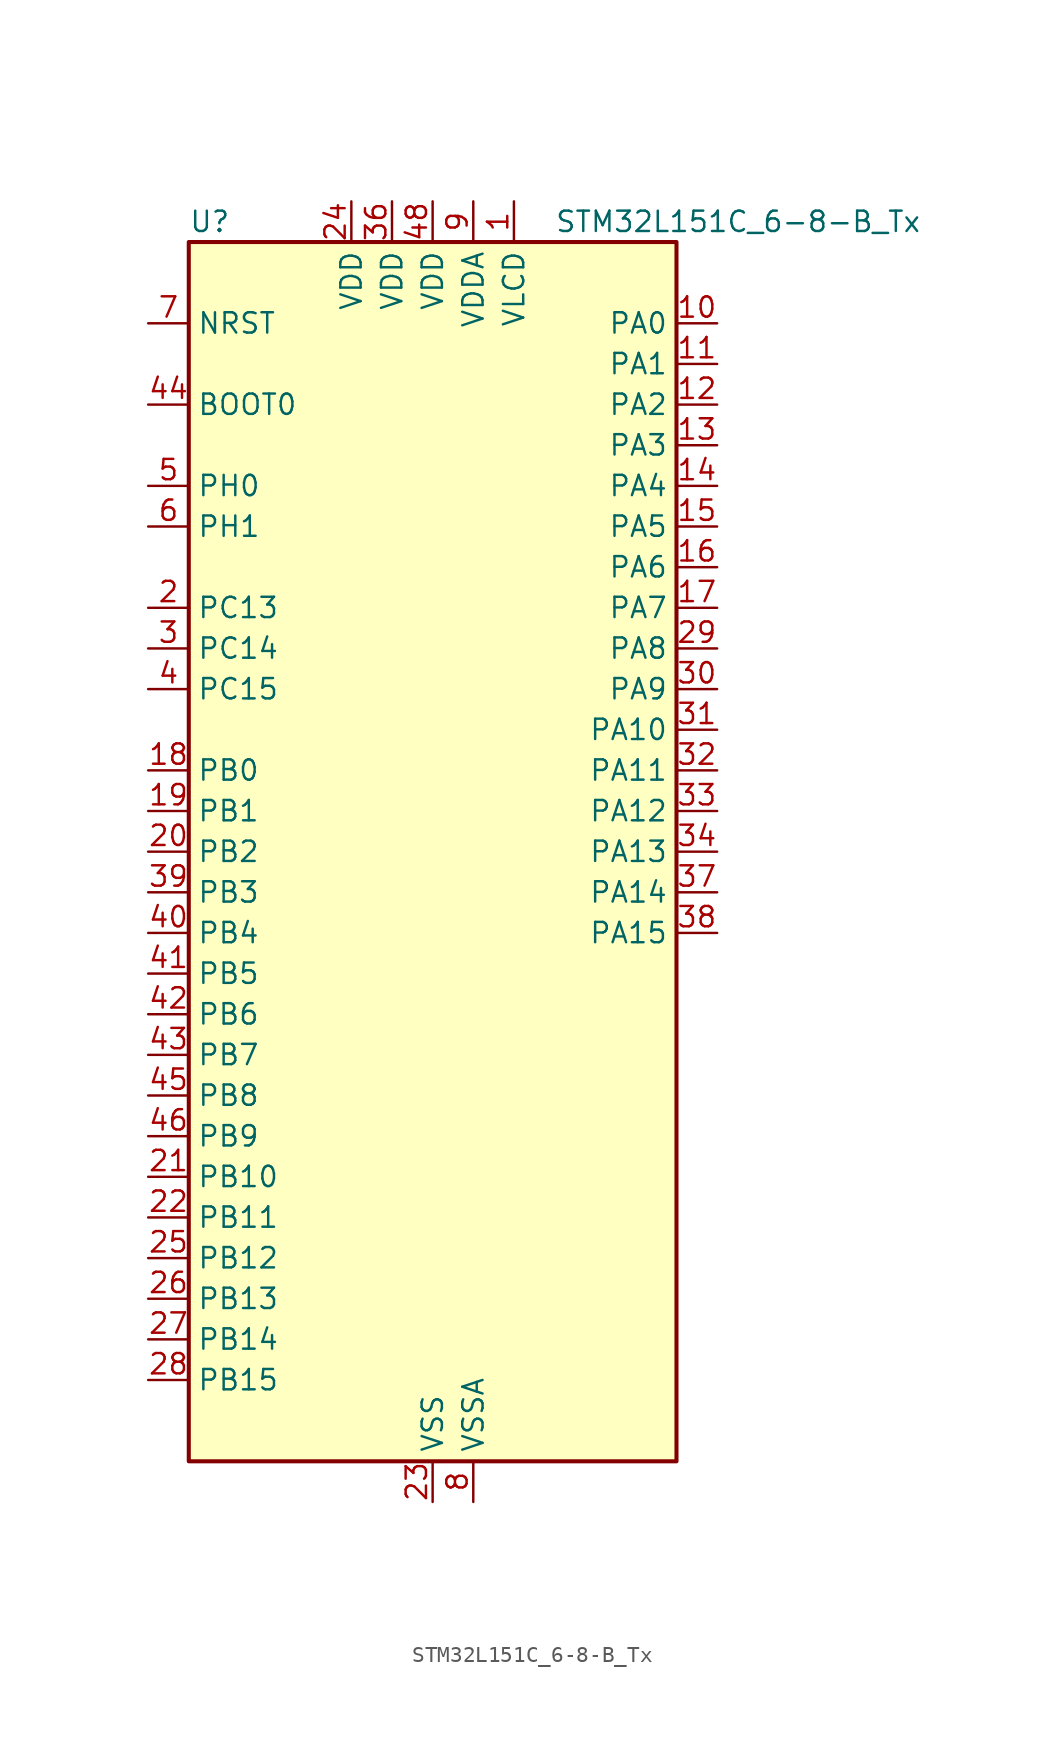
<source format=kicad_sym>
(kicad_symbol_lib
  (version 20241209)
  (generator "kicad_symbol_editor")
  (generator_version "9.0")
  (symbol "STM32L151C_6-8-B_Tx"
    (property "Reference" "U"
      (at -15.24 39.37 0)
      (effects (font (size 1.27 1.27)) (justify left)))
    (property "Value" "STM32L151C_6-8-B_Tx"
      (at 7.62 39.37 0)
      (effects (font (size 1.27 1.27)) (justify left)))
    (symbol "STM32L151C_6-8-B_Tx_0_1"
      (rectangle (start -15.24 -38.1) (end 15.24 38.1) (stroke (width 0.254) (type default)) (fill (type background))))
    (symbol "STM32L151C_6-8-B_Tx_1_1"
      (pin input line (at -17.78 33.02 0) (length 2.54) (name "NRST" (effects (font (size 1.27 1.27)))) (number "7" (effects (font (size 1.27 1.27)))))
      (pin input line (at -17.78 27.94 0) (length 2.54) (name "BOOT0" (effects (font (size 1.27 1.27)))) (number "44" (effects (font (size 1.27 1.27)))))
      (pin bidirectional line (at -17.78 22.86 0) (length 2.54) (name "PH0" (effects (font (size 1.27 1.27)))) (number "5" (effects (font (size 1.27 1.27)))) (alternate "RCC_OSC_IN" bidirectional line))
      (pin bidirectional line (at -17.78 20.32 0) (length 2.54) (name "PH1" (effects (font (size 1.27 1.27)))) (number "6" (effects (font (size 1.27 1.27)))) (alternate "RCC_OSC_OUT" bidirectional line))
      (pin bidirectional line (at -17.78 15.24 0) (length 2.54) (name "PC13" (effects (font (size 1.27 1.27)))) (number "2" (effects (font (size 1.27 1.27)))) (alternate "RTC_OUT_ALARM" bidirectional line) (alternate "RTC_OUT_CALIB" bidirectional line) (alternate "RTC_TAMP1" bidirectional line) (alternate "RTC_TS" bidirectional line) (alternate "SYS_WKUP2" bidirectional line) (alternate "TIMX_IC2" bidirectional line))
      (pin bidirectional line (at -17.78 12.7 0) (length 2.54) (name "PC14" (effects (font (size 1.27 1.27)))) (number "3" (effects (font (size 1.27 1.27)))) (alternate "RCC_OSC32_IN" bidirectional line) (alternate "TIMX_IC3" bidirectional line))
      (pin bidirectional line (at -17.78 10.16 0) (length 2.54) (name "PC15" (effects (font (size 1.27 1.27)))) (number "4" (effects (font (size 1.27 1.27)))) (alternate "ADC_EXTI15" bidirectional line) (alternate "RCC_OSC32_OUT" bidirectional line) (alternate "TIMX_IC4" bidirectional line))
      (pin bidirectional line (at -17.78 5.08 0) (length 2.54) (name "PB0" (effects (font (size 1.27 1.27)))) (number "18" (effects (font (size 1.27 1.27)))) (alternate "ADC_IN8" bidirectional line) (alternate "COMP1_INP" bidirectional line) (alternate "SYS_V_REF_OUT" bidirectional line) (alternate "TIM3_CH3" bidirectional line) (alternate "TS_G3_IO1" bidirectional line))
      (pin bidirectional line (at -17.78 2.54 0) (length 2.54) (name "PB1" (effects (font (size 1.27 1.27)))) (number "19" (effects (font (size 1.27 1.27)))) (alternate "ADC_IN9" bidirectional line) (alternate "COMP1_INP" bidirectional line) (alternate "SYS_V_REF_OUT" bidirectional line) (alternate "TIM3_CH4" bidirectional line) (alternate "TS_G3_IO2" bidirectional line))
      (pin bidirectional line (at -17.78 0 0) (length 2.54) (name "PB2" (effects (font (size 1.27 1.27)))) (number "20" (effects (font (size 1.27 1.27)))))
      (pin bidirectional line (at -17.78 -2.54 0) (length 2.54) (name "PB3" (effects (font (size 1.27 1.27)))) (number "39" (effects (font (size 1.27 1.27)))) (alternate "COMP2_INM" bidirectional line) (alternate "SPI1_SCK" bidirectional line) (alternate "SYS_JTDO-TRACESWO" bidirectional line) (alternate "TIM2_CH2" bidirectional line))
      (pin bidirectional line (at -17.78 -5.08 0) (length 2.54) (name "PB4" (effects (font (size 1.27 1.27)))) (number "40" (effects (font (size 1.27 1.27)))) (alternate "COMP2_INP" bidirectional line) (alternate "SPI1_MISO" bidirectional line) (alternate "SYS_JTRST" bidirectional line) (alternate "TIM3_CH1" bidirectional line) (alternate "TS_G6_IO1" bidirectional line))
      (pin bidirectional line (at -17.78 -7.62 0) (length 2.54) (name "PB5" (effects (font (size 1.27 1.27)))) (number "41" (effects (font (size 1.27 1.27)))) (alternate "COMP2_INP" bidirectional line) (alternate "I2C1_SMBA" bidirectional line) (alternate "SPI1_MOSI" bidirectional line) (alternate "TIM3_CH2" bidirectional line) (alternate "TS_G6_IO2" bidirectional line))
      (pin bidirectional line (at -17.78 -10.16 0) (length 2.54) (name "PB6" (effects (font (size 1.27 1.27)))) (number "42" (effects (font (size 1.27 1.27)))) (alternate "I2C1_SCL" bidirectional line) (alternate "TIM4_CH1" bidirectional line) (alternate "USART1_TX" bidirectional line))
      (pin bidirectional line (at -17.78 -12.7 0) (length 2.54) (name "PB7" (effects (font (size 1.27 1.27)))) (number "43" (effects (font (size 1.27 1.27)))) (alternate "I2C1_SDA" bidirectional line) (alternate "SYS_PVD_IN" bidirectional line) (alternate "TIM4_CH2" bidirectional line) (alternate "USART1_RX" bidirectional line))
      (pin bidirectional line (at -17.78 -15.24 0) (length 2.54) (name "PB8" (effects (font (size 1.27 1.27)))) (number "45" (effects (font (size 1.27 1.27)))) (alternate "I2C1_SCL" bidirectional line) (alternate "TIM10_CH1" bidirectional line) (alternate "TIM4_CH3" bidirectional line))
      (pin bidirectional line (at -17.78 -17.78 0) (length 2.54) (name "PB9" (effects (font (size 1.27 1.27)))) (number "46" (effects (font (size 1.27 1.27)))) (alternate "DAC_EXTI9" bidirectional line) (alternate "I2C1_SDA" bidirectional line) (alternate "TIM11_CH1" bidirectional line) (alternate "TIM4_CH4" bidirectional line))
      (pin bidirectional line (at -17.78 -20.32 0) (length 2.54) (name "PB10" (effects (font (size 1.27 1.27)))) (number "21" (effects (font (size 1.27 1.27)))) (alternate "I2C2_SCL" bidirectional line) (alternate "TIM2_CH3" bidirectional line) (alternate "USART3_TX" bidirectional line))
      (pin bidirectional line (at -17.78 -22.86 0) (length 2.54) (name "PB11" (effects (font (size 1.27 1.27)))) (number "22" (effects (font (size 1.27 1.27)))) (alternate "ADC_EXTI11" bidirectional line) (alternate "I2C2_SDA" bidirectional line) (alternate "TIM2_CH4" bidirectional line) (alternate "USART3_RX" bidirectional line))
      (pin bidirectional line (at -17.78 -25.4 0) (length 2.54) (name "PB12" (effects (font (size 1.27 1.27)))) (number "25" (effects (font (size 1.27 1.27)))) (alternate "ADC_IN18" bidirectional line) (alternate "COMP1_INP" bidirectional line) (alternate "I2C2_SMBA" bidirectional line) (alternate "SPI2_NSS" bidirectional line) (alternate "TIM10_CH1" bidirectional line) (alternate "TS_G7_IO1" bidirectional line) (alternate "USART3_CK" bidirectional line))
      (pin bidirectional line (at -17.78 -27.94 0) (length 2.54) (name "PB13" (effects (font (size 1.27 1.27)))) (number "26" (effects (font (size 1.27 1.27)))) (alternate "ADC_IN19" bidirectional line) (alternate "COMP1_INP" bidirectional line) (alternate "SPI2_SCK" bidirectional line) (alternate "TIM9_CH1" bidirectional line) (alternate "TS_G7_IO2" bidirectional line) (alternate "USART3_CTS" bidirectional line))
      (pin bidirectional line (at -17.78 -30.48 0) (length 2.54) (name "PB14" (effects (font (size 1.27 1.27)))) (number "27" (effects (font (size 1.27 1.27)))) (alternate "ADC_IN20" bidirectional line) (alternate "COMP1_INP" bidirectional line) (alternate "SPI2_MISO" bidirectional line) (alternate "TIM9_CH2" bidirectional line) (alternate "TS_G7_IO3" bidirectional line) (alternate "USART3_RTS" bidirectional line))
      (pin bidirectional line (at -17.78 -33.02 0) (length 2.54) (name "PB15" (effects (font (size 1.27 1.27)))) (number "28" (effects (font (size 1.27 1.27)))) (alternate "ADC_EXTI15" bidirectional line) (alternate "ADC_IN21" bidirectional line) (alternate "COMP1_INP" bidirectional line) (alternate "RTC_REFIN" bidirectional line) (alternate "SPI2_MOSI" bidirectional line) (alternate "TIM11_CH1" bidirectional line) (alternate "TS_G7_IO4" bidirectional line))
      (pin power_in line (at -5.08 40.64 270) (length 2.54) (name "VDD" (effects (font (size 1.27 1.27)))) (number "24" (effects (font (size 1.27 1.27)))))
      (pin power_in line (at -2.54 40.64 270) (length 2.54) (name "VDD" (effects (font (size 1.27 1.27)))) (number "36" (effects (font (size 1.27 1.27)))))
      (pin power_in line (at 0 40.64 270) (length 2.54) (name "VDD" (effects (font (size 1.27 1.27)))) (number "48" (effects (font (size 1.27 1.27)))))
      (pin power_in line (at 0 -40.64 90) (length 2.54) (name "VSS" (effects (font (size 1.27 1.27)))) (number "23" (effects (font (size 1.27 1.27)))))
      (pin passive line (at 0 -40.64 90) (length 2.54) (hide yes) (name "VSS" (effects (font (size 1.27 1.27)))) (number "35" (effects (font (size 1.27 1.27)))))
      (pin passive line (at 0 -40.64 90) (length 2.54) (hide yes) (name "VSS" (effects (font (size 1.27 1.27)))) (number "47" (effects (font (size 1.27 1.27)))))
      (pin power_in line (at 2.54 40.64 270) (length 2.54) (name "VDDA" (effects (font (size 1.27 1.27)))) (number "9" (effects (font (size 1.27 1.27)))))
      (pin power_in line (at 2.54 -40.64 90) (length 2.54) (name "VSSA" (effects (font (size 1.27 1.27)))) (number "8" (effects (font (size 1.27 1.27)))))
      (pin power_in line (at 5.08 40.64 270) (length 2.54) (name "VLCD" (effects (font (size 1.27 1.27)))) (number "1" (effects (font (size 1.27 1.27)))))
      (pin bidirectional line (at 17.78 33.02 180) (length 2.54) (name "PA0" (effects (font (size 1.27 1.27)))) (number "10" (effects (font (size 1.27 1.27)))) (alternate "ADC_IN0" bidirectional line) (alternate "COMP1_INP" bidirectional line) (alternate "SYS_WKUP1" bidirectional line) (alternate "TIM2_CH1" bidirectional line) (alternate "TIM2_ETR" bidirectional line) (alternate "TIMX_IC1" bidirectional line) (alternate "TS_G1_IO1" bidirectional line) (alternate "USART2_CTS" bidirectional line))
      (pin bidirectional line (at 17.78 30.48 180) (length 2.54) (name "PA1" (effects (font (size 1.27 1.27)))) (number "11" (effects (font (size 1.27 1.27)))) (alternate "ADC_IN1" bidirectional line) (alternate "COMP1_INP" bidirectional line) (alternate "TIM2_CH2" bidirectional line) (alternate "TIMX_IC2" bidirectional line) (alternate "TS_G1_IO2" bidirectional line) (alternate "USART2_RTS" bidirectional line))
      (pin bidirectional line (at 17.78 27.94 180) (length 2.54) (name "PA2" (effects (font (size 1.27 1.27)))) (number "12" (effects (font (size 1.27 1.27)))) (alternate "ADC_IN2" bidirectional line) (alternate "COMP1_INP" bidirectional line) (alternate "TIM2_CH3" bidirectional line) (alternate "TIM9_CH1" bidirectional line) (alternate "TIMX_IC3" bidirectional line) (alternate "TS_G1_IO3" bidirectional line) (alternate "USART2_TX" bidirectional line))
      (pin bidirectional line (at 17.78 25.4 180) (length 2.54) (name "PA3" (effects (font (size 1.27 1.27)))) (number "13" (effects (font (size 1.27 1.27)))) (alternate "ADC_IN3" bidirectional line) (alternate "COMP1_INP" bidirectional line) (alternate "TIM2_CH4" bidirectional line) (alternate "TIM9_CH2" bidirectional line) (alternate "TIMX_IC4" bidirectional line) (alternate "TS_G1_IO4" bidirectional line) (alternate "USART2_RX" bidirectional line))
      (pin bidirectional line (at 17.78 22.86 180) (length 2.54) (name "PA4" (effects (font (size 1.27 1.27)))) (number "14" (effects (font (size 1.27 1.27)))) (alternate "ADC_IN4" bidirectional line) (alternate "COMP1_INP" bidirectional line) (alternate "DAC_OUT1" bidirectional line) (alternate "SPI1_NSS" bidirectional line) (alternate "TIMX_IC1" bidirectional line) (alternate "USART2_CK" bidirectional line))
      (pin bidirectional line (at 17.78 20.32 180) (length 2.54) (name "PA5" (effects (font (size 1.27 1.27)))) (number "15" (effects (font (size 1.27 1.27)))) (alternate "ADC_IN5" bidirectional line) (alternate "COMP1_INP" bidirectional line) (alternate "DAC_OUT2" bidirectional line) (alternate "SPI1_SCK" bidirectional line) (alternate "TIM2_CH1" bidirectional line) (alternate "TIM2_ETR" bidirectional line) (alternate "TIMX_IC2" bidirectional line))
      (pin bidirectional line (at 17.78 17.78 180) (length 2.54) (name "PA6" (effects (font (size 1.27 1.27)))) (number "16" (effects (font (size 1.27 1.27)))) (alternate "ADC_IN6" bidirectional line) (alternate "COMP1_INP" bidirectional line) (alternate "SPI1_MISO" bidirectional line) (alternate "TIM10_CH1" bidirectional line) (alternate "TIM3_CH1" bidirectional line) (alternate "TIMX_IC3" bidirectional line) (alternate "TS_G2_IO1" bidirectional line))
      (pin bidirectional line (at 17.78 15.24 180) (length 2.54) (name "PA7" (effects (font (size 1.27 1.27)))) (number "17" (effects (font (size 1.27 1.27)))) (alternate "ADC_IN7" bidirectional line) (alternate "COMP1_INP" bidirectional line) (alternate "SPI1_MOSI" bidirectional line) (alternate "TIM11_CH1" bidirectional line) (alternate "TIM3_CH2" bidirectional line) (alternate "TIMX_IC4" bidirectional line) (alternate "TS_G2_IO2" bidirectional line))
      (pin bidirectional line (at 17.78 12.7 180) (length 2.54) (name "PA8" (effects (font (size 1.27 1.27)))) (number "29" (effects (font (size 1.27 1.27)))) (alternate "RCC_MCO" bidirectional line) (alternate "TIMX_IC1" bidirectional line) (alternate "TS_G4_IO1" bidirectional line) (alternate "USART1_CK" bidirectional line))
      (pin bidirectional line (at 17.78 10.16 180) (length 2.54) (name "PA9" (effects (font (size 1.27 1.27)))) (number "30" (effects (font (size 1.27 1.27)))) (alternate "DAC_EXTI9" bidirectional line) (alternate "TIMX_IC2" bidirectional line) (alternate "TS_G4_IO2" bidirectional line) (alternate "USART1_TX" bidirectional line))
      (pin bidirectional line (at 17.78 7.62 180) (length 2.54) (name "PA10" (effects (font (size 1.27 1.27)))) (number "31" (effects (font (size 1.27 1.27)))) (alternate "TIMX_IC3" bidirectional line) (alternate "TS_G4_IO3" bidirectional line) (alternate "USART1_RX" bidirectional line))
      (pin bidirectional line (at 17.78 5.08 180) (length 2.54) (name "PA11" (effects (font (size 1.27 1.27)))) (number "32" (effects (font (size 1.27 1.27)))) (alternate "ADC_EXTI11" bidirectional line) (alternate "SPI1_MISO" bidirectional line) (alternate "TIMX_IC4" bidirectional line) (alternate "USART1_CTS" bidirectional line) (alternate "USB_DM" bidirectional line))
      (pin bidirectional line (at 17.78 2.54 180) (length 2.54) (name "PA12" (effects (font (size 1.27 1.27)))) (number "33" (effects (font (size 1.27 1.27)))) (alternate "SPI1_MOSI" bidirectional line) (alternate "TIMX_IC1" bidirectional line) (alternate "USART1_RTS" bidirectional line) (alternate "USB_DP" bidirectional line))
      (pin bidirectional line (at 17.78 0 180) (length 2.54) (name "PA13" (effects (font (size 1.27 1.27)))) (number "34" (effects (font (size 1.27 1.27)))) (alternate "SYS_JTMS-SWDIO" bidirectional line) (alternate "TIMX_IC2" bidirectional line) (alternate "TS_G5_IO1" bidirectional line))
      (pin bidirectional line (at 17.78 -2.54 180) (length 2.54) (name "PA14" (effects (font (size 1.27 1.27)))) (number "37" (effects (font (size 1.27 1.27)))) (alternate "SYS_JTCK-SWCLK" bidirectional line) (alternate "TIMX_IC3" bidirectional line) (alternate "TS_G5_IO2" bidirectional line))
      (pin bidirectional line (at 17.78 -5.08 180) (length 2.54) (name "PA15" (effects (font (size 1.27 1.27)))) (number "38" (effects (font (size 1.27 1.27)))) (alternate "ADC_EXTI15" bidirectional line) (alternate "SPI1_NSS" bidirectional line) (alternate "SYS_JTDI" bidirectional line) (alternate "TIM2_CH1" bidirectional line) (alternate "TIM2_ETR" bidirectional line) (alternate "TIMX_IC4" bidirectional line) (alternate "TS_G5_IO3" bidirectional line)))))
</source>
